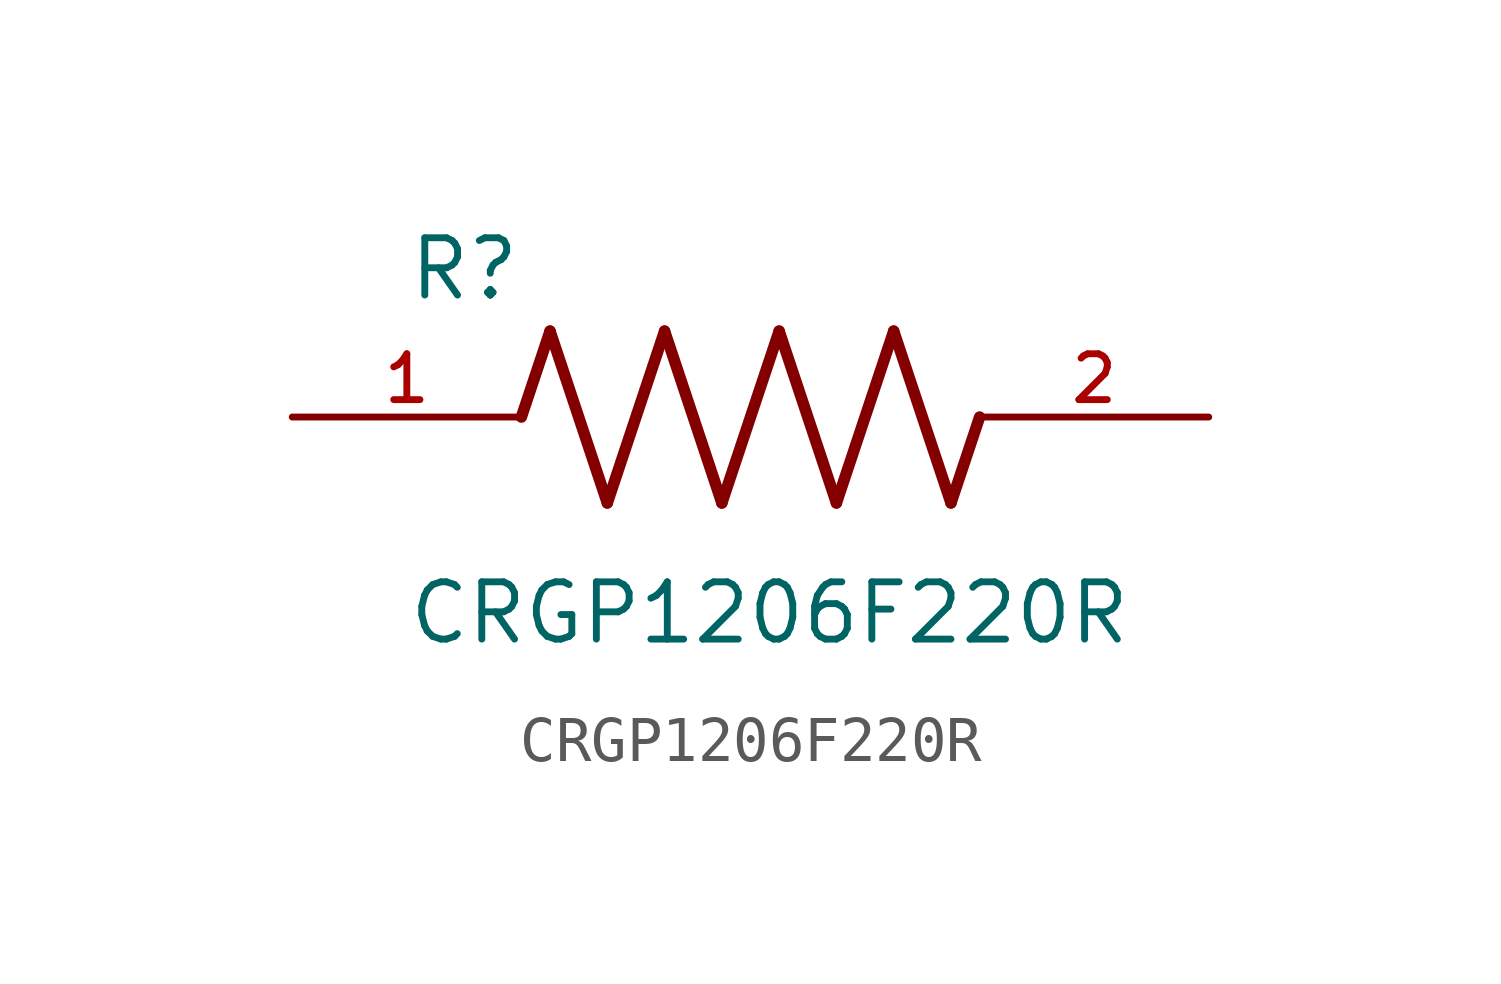
<source format=kicad_sym>
(kicad_symbol_lib
  (version 20211014)
  (generator kicad_symbol_editor)
  (symbol "CRGP1206F220R"
    (pin_names
      (offset 1.016))
    (property "Reference" "R"
      (at -7.624 2.541 0)
      (effects (font (size 1.27 1.27)) (justify bottom left)))
    (property "Value" "CRGP1206F220R"
      (at -7.63 -5.087 0)
      (effects (font (size 1.27 1.27)) (justify bottom left)))
    (symbol "CRGP1206F220R_0_0"
      (polyline (pts (xy -5.08 0.0) (xy -4.445 1.905)) (stroke (width 0.254)))
      (polyline (pts (xy -4.445 1.905) (xy -3.175 -1.905)) (stroke (width 0.254)))
      (polyline (pts (xy -3.175 -1.905) (xy -1.905 1.905)) (stroke (width 0.254)))
      (polyline (pts (xy -1.905 1.905) (xy -0.635 -1.905)) (stroke (width 0.254)))
      (polyline (pts (xy -0.635 -1.905) (xy 0.635 1.905)) (stroke (width 0.254)))
      (polyline (pts (xy 0.635 1.905) (xy 1.905 -1.905)) (stroke (width 0.254)))
      (polyline (pts (xy 1.905 -1.905) (xy 3.175 1.905)) (stroke (width 0.254)))
      (polyline (pts (xy 3.175 1.905) (xy 4.445 -1.905)) (stroke (width 0.254)))
      (polyline (pts (xy 4.445 -1.905) (xy 5.08 0.0)) (stroke (width 0.254)))
      (pin passive line (at -10.16 0.0 0) (length 5.08) (name "~" (effects (font (size 1.016 1.016)))) (number "1" (effects (font (size 1.016 1.016)))))
      (pin passive line (at 10.16 0.0 180.0) (length 5.08) (name "~" (effects (font (size 1.016 1.016)))) (number "2" (effects (font (size 1.016 1.016))))))))
</source>
